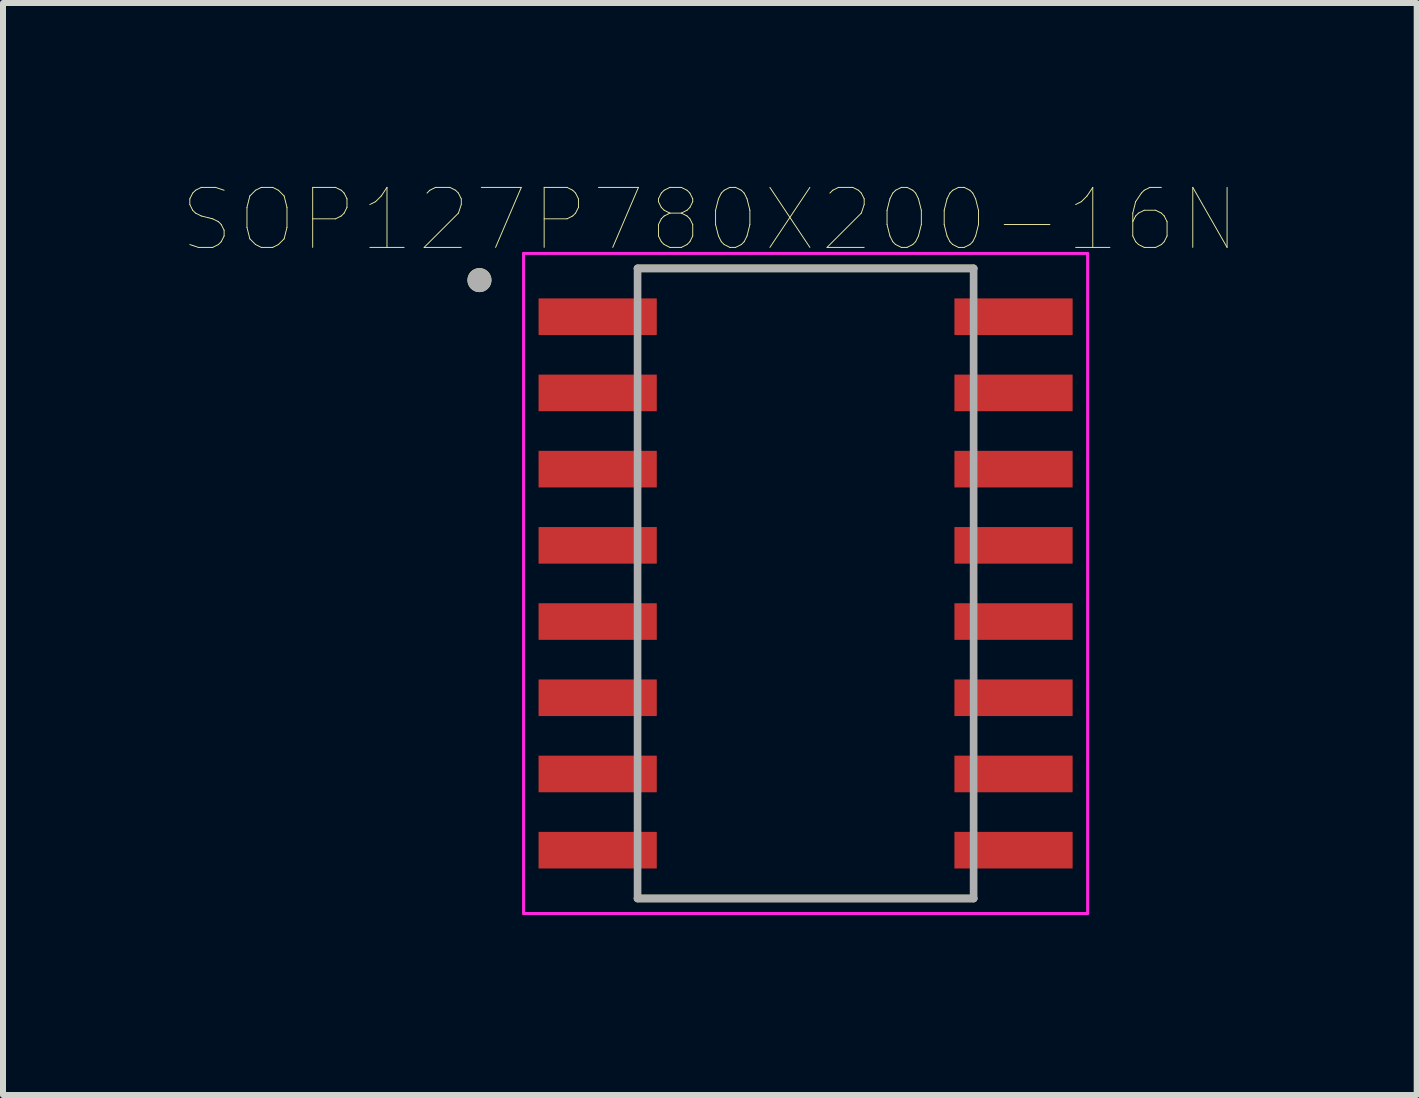
<source format=kicad_pcb>
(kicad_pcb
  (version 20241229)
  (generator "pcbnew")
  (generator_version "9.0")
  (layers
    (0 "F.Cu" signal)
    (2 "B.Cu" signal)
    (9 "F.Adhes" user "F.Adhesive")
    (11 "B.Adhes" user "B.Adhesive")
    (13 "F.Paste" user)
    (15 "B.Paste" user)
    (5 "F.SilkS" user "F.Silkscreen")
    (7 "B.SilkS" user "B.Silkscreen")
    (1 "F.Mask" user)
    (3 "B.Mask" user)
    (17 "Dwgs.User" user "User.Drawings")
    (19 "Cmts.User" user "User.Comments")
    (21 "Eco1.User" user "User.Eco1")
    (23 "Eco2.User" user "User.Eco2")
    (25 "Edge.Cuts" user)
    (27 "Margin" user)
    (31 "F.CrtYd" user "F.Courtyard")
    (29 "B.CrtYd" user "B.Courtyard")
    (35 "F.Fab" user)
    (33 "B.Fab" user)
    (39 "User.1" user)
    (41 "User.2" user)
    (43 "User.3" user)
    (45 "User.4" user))
  (footprint "SOP127P780X200-16N"
    (layer "F.Cu")
    (at 10.375 6.673)
    (property "Reference" "SOP127P780X200-16N" (at -1.595 -6.062 0) (layer "F.SilkS") (effects (font (size 1 1) (thickness 0.015))))
    (attr through_hole)
    (fp_line (start -2.8 -5.25) (end 2.8 -5.25) (stroke (width 0.127) (type solid)) (layer "F.SilkS"))
    (fp_line (start -2.8 5.25) (end 2.8 5.25) (stroke (width 0.127) (type solid)) (layer "F.SilkS"))
    (fp_circle (center -5.435 -5.055) (end -5.335 -5.055) (stroke (width 0.2) (type solid)) (fill no) (layer "F.SilkS"))
    (fp_line (start -4.7 -5.5) (end -4.7 5.5) (stroke (width 0.05) (type solid)) (layer "F.CrtYd"))
    (fp_line (start -4.7 -5.5) (end 4.7 -5.5) (stroke (width 0.05) (type solid)) (layer "F.CrtYd"))
    (fp_line (start -4.7 5.5) (end 4.7 5.5) (stroke (width 0.05) (type solid)) (layer "F.CrtYd"))
    (fp_line (start 4.7 -5.5) (end 4.7 5.5) (stroke (width 0.05) (type solid)) (layer "F.CrtYd"))
    (fp_line (start -2.8 -5.25) (end -2.8 5.25) (stroke (width 0.127) (type solid)) (layer "F.Fab"))
    (fp_line (start -2.8 -5.25) (end 2.8 -5.25) (stroke (width 0.127) (type solid)) (layer "F.Fab"))
    (fp_line (start -2.8 5.25) (end 2.8 5.25) (stroke (width 0.127) (type solid)) (layer "F.Fab"))
    (fp_line (start 2.8 -5.25) (end 2.8 5.25) (stroke (width 0.127) (type solid)) (layer "F.Fab"))
    (fp_circle (center -5.435 -5.055) (end -5.335 -5.055) (stroke (width 0.2) (type solid)) (fill no) (layer "F.Fab"))
    (pad "1" smd rect (at -3.465 -4.445) (size 1.97 0.61) (layers "F.Cu" "F.Mask" "F.Paste"))
    (pad "2" smd rect (at -3.465 -3.175) (size 1.97 0.61) (layers "F.Cu" "F.Mask" "F.Paste"))
    (pad "3" smd rect (at -3.465 -1.905) (size 1.97 0.61) (layers "F.Cu" "F.Mask" "F.Paste"))
    (pad "4" smd rect (at -3.465 -0.635) (size 1.97 0.61) (layers "F.Cu" "F.Mask" "F.Paste"))
    (pad "5" smd rect (at -3.465 0.635) (size 1.97 0.61) (layers "F.Cu" "F.Mask" "F.Paste"))
    (pad "6" smd rect (at -3.465 1.905) (size 1.97 0.61) (layers "F.Cu" "F.Mask" "F.Paste"))
    (pad "7" smd rect (at -3.465 3.175) (size 1.97 0.61) (layers "F.Cu" "F.Mask" "F.Paste"))
    (pad "8" smd rect (at -3.465 4.445) (size 1.97 0.61) (layers "F.Cu" "F.Mask" "F.Paste"))
    (pad "9" smd rect (at 3.465 4.445) (size 1.97 0.61) (layers "F.Cu" "F.Mask" "F.Paste"))
    (pad "10" smd rect (at 3.465 3.175) (size 1.97 0.61) (layers "F.Cu" "F.Mask" "F.Paste"))
    (pad "11" smd rect (at 3.465 1.905) (size 1.97 0.61) (layers "F.Cu" "F.Mask" "F.Paste"))
    (pad "12" smd rect (at 3.465 0.635) (size 1.97 0.61) (layers "F.Cu" "F.Mask" "F.Paste"))
    (pad "13" smd rect (at 3.465 -0.635) (size 1.97 0.61) (layers "F.Cu" "F.Mask" "F.Paste"))
    (pad "14" smd rect (at 3.465 -1.905) (size 1.97 0.61) (layers "F.Cu" "F.Mask" "F.Paste"))
    (pad "15" smd rect (at 3.465 -3.175) (size 1.97 0.61) (layers "F.Cu" "F.Mask" "F.Paste"))
    (pad "16" smd rect (at 3.465 -4.445) (size 1.97 0.61) (layers "F.Cu" "F.Mask" "F.Paste")))
  (gr_rect
    (start -3 -3)
    (end 20.559 15.198)
    (stroke (width 0.1) (type default))
    (fill no)
    (layer "Edge.Cuts")))
</source>
